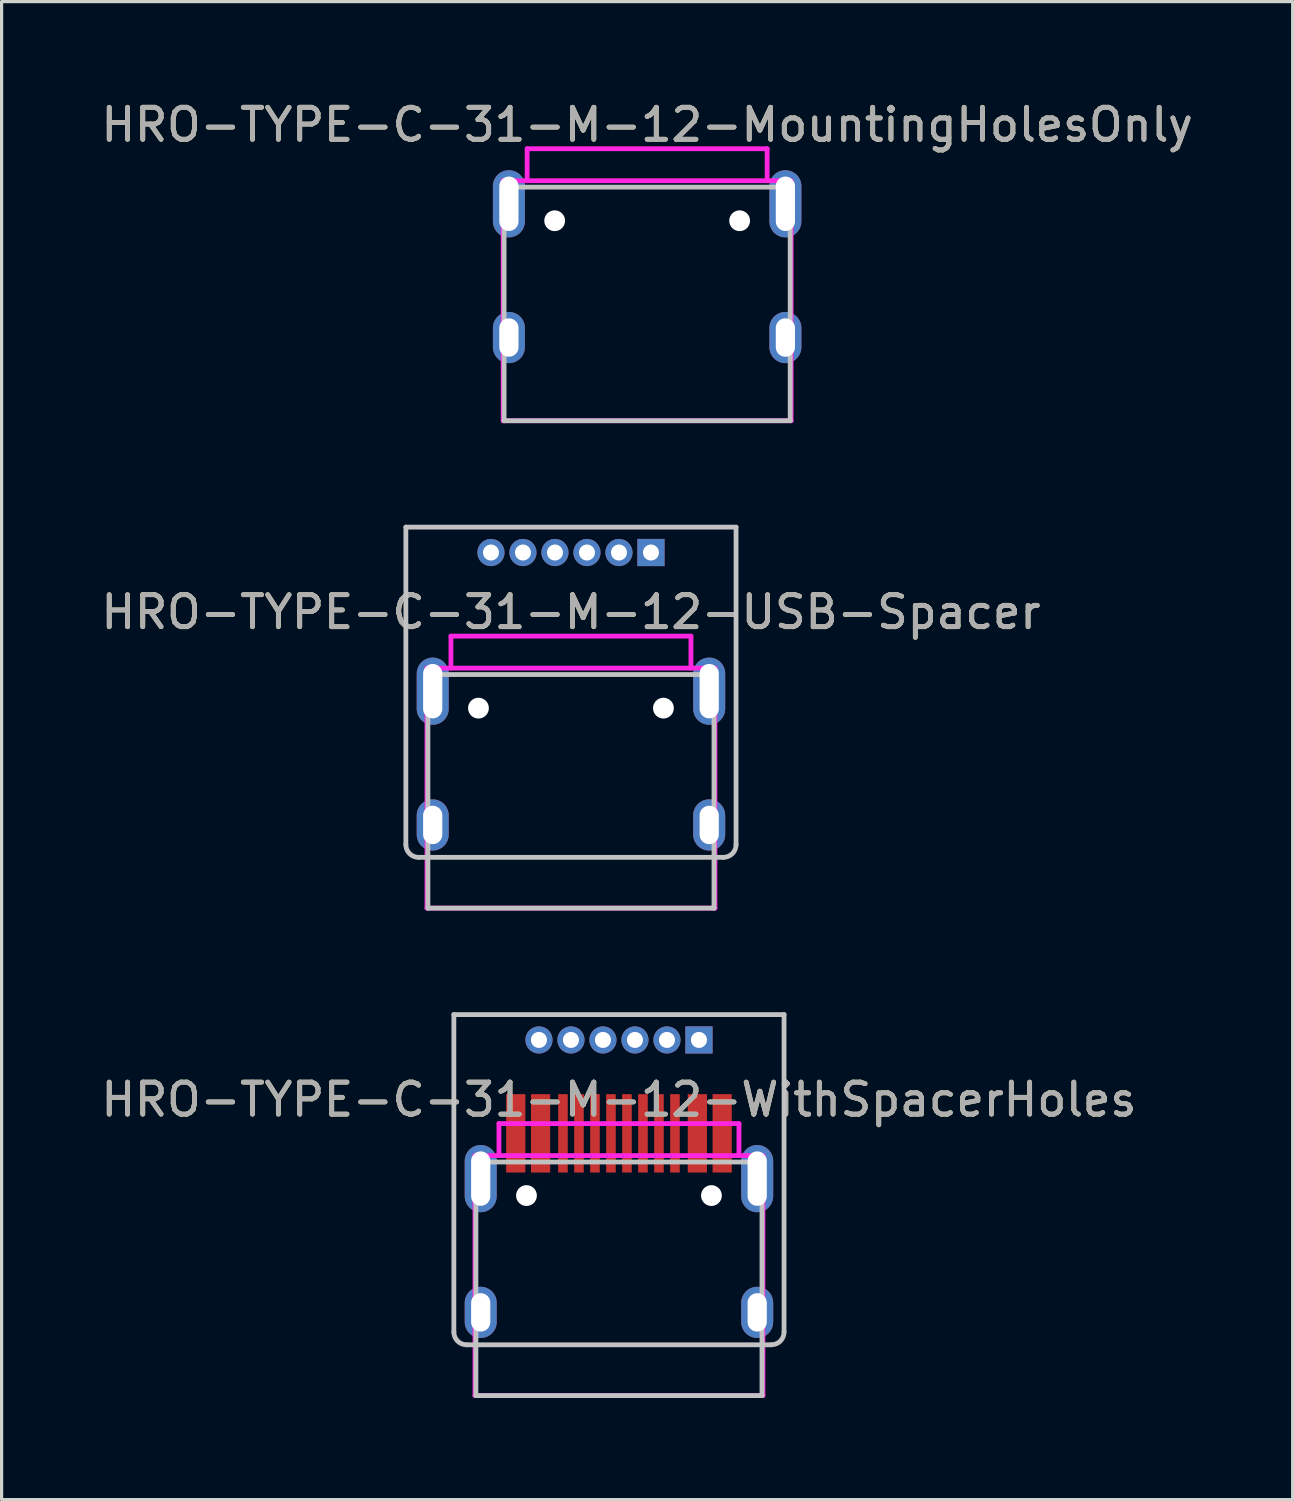
<source format=kicad_pcb>
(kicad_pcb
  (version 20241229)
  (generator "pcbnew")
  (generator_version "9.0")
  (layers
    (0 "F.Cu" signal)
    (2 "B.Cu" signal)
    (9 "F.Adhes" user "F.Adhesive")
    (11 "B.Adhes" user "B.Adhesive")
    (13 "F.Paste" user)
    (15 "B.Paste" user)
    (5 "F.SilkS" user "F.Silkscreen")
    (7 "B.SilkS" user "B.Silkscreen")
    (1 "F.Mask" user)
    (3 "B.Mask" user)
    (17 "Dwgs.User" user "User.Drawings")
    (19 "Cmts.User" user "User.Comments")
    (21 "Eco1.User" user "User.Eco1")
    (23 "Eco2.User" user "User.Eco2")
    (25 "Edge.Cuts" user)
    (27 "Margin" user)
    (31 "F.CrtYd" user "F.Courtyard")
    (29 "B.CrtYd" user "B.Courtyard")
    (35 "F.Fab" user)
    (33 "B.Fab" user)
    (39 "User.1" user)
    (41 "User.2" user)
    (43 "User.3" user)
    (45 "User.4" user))
  (footprint "HRO-TYPE-C-31-M-12-USB-Spacer"
    (layer "F.Cu")
    (at 14.792 25.329)
    (property "Reference" "HRO-TYPE-C-31-M-12-USB-Spacer" (at 0 -9.25 0) (layer "F.SilkS") (effects (font (size 1 1) (thickness 0.15))))
    (attr smd)
    (fp_line (start -5.159 -11.906) (end -5.159 -1.984) (stroke (width 0.15) (type solid)) (layer "Dwgs.User"))
    (fp_line (start -4.47 -7.3) (end 4.47 -7.3) (stroke (width 0.15) (type solid)) (layer "Dwgs.User"))
    (fp_line (start -4.47 0) (end -4.47 -7.3) (stroke (width 0.15) (type solid)) (layer "Dwgs.User"))
    (fp_line (start -4.47 0) (end 4.47 0) (stroke (width 0.15) (type solid)) (layer "Dwgs.User"))
    (fp_line (start 4.47 0) (end 4.47 -7.3) (stroke (width 0.15) (type solid)) (layer "Dwgs.User"))
    (fp_line (start 4.763 -1.587) (end -4.763 -1.587) (stroke (width 0.15) (type solid)) (layer "Dwgs.User"))
    (fp_line (start 5.159 -11.906) (end -5.159 -11.906) (stroke (width 0.15) (type solid)) (layer "Dwgs.User"))
    (fp_line (start 5.159 -1.984) (end 5.159 -11.906) (stroke (width 0.15) (type solid)) (layer "Dwgs.User"))
    (fp_arc (start -4.7625 -1.5875) (mid -5.043133 -1.703742) (end -5.159375 -1.984375) (stroke (width 0.15) (type solid)) (layer "Dwgs.User"))
    (fp_arc (start 5.159375 -1.984375) (mid 5.043133 -1.703742) (end 4.7625 -1.5875) (stroke (width 0.15) (type solid)) (layer "Dwgs.User"))
    (fp_line (start -4.5 -7.5) (end 4.5 -7.5) (stroke (width 0.15) (type solid)) (layer "F.CrtYd"))
    (fp_line (start -4.5 0) (end -4.5 -7.5) (stroke (width 0.15) (type solid)) (layer "F.CrtYd"))
    (fp_line (start -3.75 -8.5) (end 3.75 -8.5) (stroke (width 0.15) (type solid)) (layer "F.CrtYd"))
    (fp_line (start -3.75 -7.5) (end -3.75 -8.5) (stroke (width 0.15) (type solid)) (layer "F.CrtYd"))
    (fp_line (start 3.75 -8.5) (end 3.75 -7.5) (stroke (width 0.15) (type solid)) (layer "F.CrtYd"))
    (fp_line (start 4.5 -7.5) (end 4.5 0) (stroke (width 0.15) (type solid)) (layer "F.CrtYd"))
    (fp_line (start 4.5 0) (end -4.5 0) (stroke (width 0.15) (type solid)) (layer "F.CrtYd"))
    (fp_text user "${REFERENCE}" (at 0 -9.25 0) (layer "F.Fab") (effects (font (size 1 1) (thickness 0.15))))
    (pad "" np_thru_hole circle (at -2.89 -6.25) (size 0.65 0.65) (drill 0.65) (layers "*.Cu" "*.Mask"))
    (pad "" np_thru_hole circle (at 2.89 -6.25) (size 0.65 0.65) (drill 0.65) (layers "*.Cu" "*.Mask"))
    (pad "1" thru_hole oval (at -4.32 -6.78) (size 1 2.1) (drill oval 0.6 1.7) (layers "*.Cu" "*.Mask"))
    (pad "1" thru_hole oval (at -4.32 -2.6) (size 1 1.6) (drill oval 0.6 1.2) (layers "*.Cu" "*.Mask"))
    (pad "1" thru_hole rect (at 2.5 -11.113) (size 0.85 0.85) (drill 0.5) (layers "*.Cu" "*.Mask"))
    (pad "1" thru_hole oval (at 4.32 -6.78) (size 1 2.1) (drill oval 0.6 1.7) (layers "*.Cu" "*.Mask"))
    (pad "1" thru_hole oval (at 4.32 -2.6) (size 1 1.6) (drill oval 0.6 1.2) (layers "*.Cu" "*.Mask"))
    (pad "2" thru_hole circle (at 1.5 -11.113) (size 0.85 0.85) (drill 0.5) (layers "*.Cu" "*.Mask"))
    (pad "3" thru_hole circle (at 0.5 -11.113) (size 0.85 0.85) (drill 0.5) (layers "*.Cu" "*.Mask"))
    (pad "4" thru_hole circle (at -0.5 -11.113) (size 0.85 0.85) (drill 0.5) (layers "*.Cu" "*.Mask"))
    (pad "5" thru_hole circle (at -1.5 -11.113) (size 0.85 0.85) (drill 0.5) (layers "*.Cu" "*.Mask"))
    (pad "6" thru_hole circle (at -2.5 -11.113) (size 0.85 0.85) (drill 0.5) (layers "*.Cu" "*.Mask")))
  (footprint "HRO-TYPE-C-31-M-12-WithSpacerHoles"
    (layer "F.Cu")
    (at 16.292 40.561)
    (property "Reference" "HRO-TYPE-C-31-M-12-WithSpacerHoles" (at 0 -9.25 0) (layer "F.SilkS") (effects (font (size 1 1) (thickness 0.15))))
    (attr smd)
    (fp_line (start -5.159 -11.906) (end -5.159 -1.984) (stroke (width 0.15) (type solid)) (layer "Dwgs.User"))
    (fp_line (start -4.47 -7.3) (end 4.47 -7.3) (stroke (width 0.15) (type solid)) (layer "Dwgs.User"))
    (fp_line (start -4.47 0) (end -4.47 -7.3) (stroke (width 0.15) (type solid)) (layer "Dwgs.User"))
    (fp_line (start -4.47 0) (end 4.47 0) (stroke (width 0.15) (type solid)) (layer "Dwgs.User"))
    (fp_line (start 4.47 0) (end 4.47 -7.3) (stroke (width 0.15) (type solid)) (layer "Dwgs.User"))
    (fp_line (start 4.763 -1.587) (end -4.763 -1.587) (stroke (width 0.15) (type solid)) (layer "Dwgs.User"))
    (fp_line (start 5.159 -11.906) (end -5.159 -11.906) (stroke (width 0.15) (type solid)) (layer "Dwgs.User"))
    (fp_line (start 5.159 -1.984) (end 5.159 -11.906) (stroke (width 0.15) (type solid)) (layer "Dwgs.User"))
    (fp_arc (start -4.7625 -1.5875) (mid -5.043133 -1.703742) (end -5.159375 -1.984375) (stroke (width 0.15) (type solid)) (layer "Dwgs.User"))
    (fp_arc (start 5.159375 -1.984375) (mid 5.043133 -1.703742) (end 4.7625 -1.5875) (stroke (width 0.15) (type solid)) (layer "Dwgs.User"))
    (fp_line (start -4.5 -7.5) (end 4.5 -7.5) (stroke (width 0.15) (type solid)) (layer "F.CrtYd"))
    (fp_line (start -4.5 0) (end -4.5 -7.5) (stroke (width 0.15) (type solid)) (layer "F.CrtYd"))
    (fp_line (start -3.75 -8.5) (end 3.75 -8.5) (stroke (width 0.15) (type solid)) (layer "F.CrtYd"))
    (fp_line (start -3.75 -7.5) (end -3.75 -8.5) (stroke (width 0.15) (type solid)) (layer "F.CrtYd"))
    (fp_line (start 3.75 -8.5) (end 3.75 -7.5) (stroke (width 0.15) (type solid)) (layer "F.CrtYd"))
    (fp_line (start 4.5 -7.5) (end 4.5 0) (stroke (width 0.15) (type solid)) (layer "F.CrtYd"))
    (fp_line (start 4.5 0) (end -4.5 0) (stroke (width 0.15) (type solid)) (layer "F.CrtYd"))
    (fp_text user "${REFERENCE}" (at 0 -9.25 0) (layer "F.Fab") (effects (font (size 1 1) (thickness 0.15))))
    (pad "" np_thru_hole circle (at -2.89 -6.25) (size 0.65 0.65) (drill 0.65) (layers "*.Cu" "*.Mask"))
    (pad "" np_thru_hole circle (at 2.89 -6.25) (size 0.65 0.65) (drill 0.65) (layers "*.Cu" "*.Mask"))
    (pad "1" smd rect (at -3.225 -8.195) (size 0.6 2.45) (layers "F.Cu" "F.Mask" "F.Paste"))
    (pad "2" thru_hole circle (at -2.5 -11.113) (size 0.85 0.85) (drill 0.5) (layers "*.Cu" "*.Mask"))
    (pad "2" smd rect (at -2.45 -8.195) (size 0.6 2.45) (layers "F.Cu" "F.Mask" "F.Paste"))
    (pad "3" smd rect (at -1.75 -8.195) (size 0.3 2.45) (layers "F.Cu" "F.Mask" "F.Paste"))
    (pad "4" thru_hole circle (at -1.5 -11.113) (size 0.85 0.85) (drill 0.5) (layers "*.Cu" "*.Mask"))
    (pad "4" smd rect (at -1.25 -8.195) (size 0.3 2.45) (layers "F.Cu" "F.Mask" "F.Paste"))
    (pad "5" smd rect (at -0.75 -8.195) (size 0.3 2.45) (layers "F.Cu" "F.Mask" "F.Paste"))
    (pad "5" thru_hole circle (at -0.5 -11.113) (size 0.85 0.85) (drill 0.5) (layers "*.Cu" "*.Mask"))
    (pad "6" smd rect (at -0.25 -8.195) (size 0.3 2.45) (layers "F.Cu" "F.Mask" "F.Paste"))
    (pad "7" smd rect (at 0.25 -8.195) (size 0.3 2.45) (layers "F.Cu" "F.Mask" "F.Paste"))
    (pad "8" thru_hole circle (at 0.5 -11.113) (size 0.85 0.85) (drill 0.5) (layers "*.Cu" "*.Mask"))
    (pad "8" smd rect (at 0.75 -8.195) (size 0.3 2.45) (layers "F.Cu" "F.Mask" "F.Paste"))
    (pad "9" smd rect (at 1.25 -8.195) (size 0.3 2.45) (layers "F.Cu" "F.Mask" "F.Paste"))
    (pad "10" thru_hole circle (at 1.5 -11.113) (size 0.85 0.85) (drill 0.5) (layers "*.Cu" "*.Mask"))
    (pad "10" smd rect (at 1.75 -8.195) (size 0.3 2.45) (layers "F.Cu" "F.Mask" "F.Paste"))
    (pad "11" smd rect (at 2.45 -8.195) (size 0.6 2.45) (layers "F.Cu" "F.Mask" "F.Paste"))
    (pad "12" thru_hole rect (at 2.5 -11.113) (size 0.85 0.85) (drill 0.5) (layers "*.Cu" "*.Mask"))
    (pad "12" smd rect (at 3.225 -8.195) (size 0.6 2.45) (layers "F.Cu" "F.Mask" "F.Paste"))
    (pad "13" thru_hole oval (at -4.32 -6.78) (size 1 2.1) (drill oval 0.6 1.7) (layers "*.Cu" "*.Mask"))
    (pad "13" thru_hole oval (at -4.32 -2.6) (size 1 1.6) (drill oval 0.6 1.2) (layers "*.Cu" "*.Mask"))
    (pad "13" thru_hole oval (at 4.32 -6.78) (size 1 2.1) (drill oval 0.6 1.7) (layers "*.Cu" "*.Mask"))
    (pad "13" thru_hole oval (at 4.32 -2.6) (size 1 1.6) (drill oval 0.6 1.2) (layers "*.Cu" "*.Mask")))
  (footprint "HRO-TYPE-C-31-M-12-MountingHolesOnly"
    (layer "F.Cu")
    (at 17.173 10.098)
    (property "Reference" "HRO-TYPE-C-31-M-12-MountingHolesOnly" (at 0 -9.25 0) (layer "F.SilkS") (effects (font (size 1 1) (thickness 0.15))))
    (attr smd)
    (fp_line (start -4.47 -7.3) (end 4.47 -7.3) (stroke (width 0.15) (type solid)) (layer "Dwgs.User"))
    (fp_line (start -4.47 0) (end -4.47 -7.3) (stroke (width 0.15) (type solid)) (layer "Dwgs.User"))
    (fp_line (start -4.47 0) (end 4.47 0) (stroke (width 0.15) (type solid)) (layer "Dwgs.User"))
    (fp_line (start 4.47 0) (end 4.47 -7.3) (stroke (width 0.15) (type solid)) (layer "Dwgs.User"))
    (fp_line (start -4.5 -7.5) (end 4.5 -7.5) (stroke (width 0.15) (type solid)) (layer "F.CrtYd"))
    (fp_line (start -4.5 0) (end -4.5 -7.5) (stroke (width 0.15) (type solid)) (layer "F.CrtYd"))
    (fp_line (start -3.75 -8.5) (end 3.75 -8.5) (stroke (width 0.15) (type solid)) (layer "F.CrtYd"))
    (fp_line (start -3.75 -7.5) (end -3.75 -8.5) (stroke (width 0.15) (type solid)) (layer "F.CrtYd"))
    (fp_line (start 3.75 -8.5) (end 3.75 -7.5) (stroke (width 0.15) (type solid)) (layer "F.CrtYd"))
    (fp_line (start 4.5 -7.5) (end 4.5 0) (stroke (width 0.15) (type solid)) (layer "F.CrtYd"))
    (fp_line (start 4.5 0) (end -4.5 0) (stroke (width 0.15) (type solid)) (layer "F.CrtYd"))
    (fp_text user "${REFERENCE}" (at 0 -9.25 0) (layer "F.Fab") (effects (font (size 1 1) (thickness 0.15))))
    (pad "" np_thru_hole circle (at -2.89 -6.25) (size 0.65 0.65) (drill 0.65) (layers "*.Cu" "*.Mask"))
    (pad "" np_thru_hole circle (at 2.89 -6.25) (size 0.65 0.65) (drill 0.65) (layers "*.Cu" "*.Mask"))
    (pad "13" thru_hole oval (at -4.32 -6.78) (size 1 2.1) (drill oval 0.6 1.7) (layers "*.Cu" "*.Mask"))
    (pad "13" thru_hole oval (at -4.32 -2.6) (size 1 1.6) (drill oval 0.6 1.2) (layers "*.Cu" "*.Mask"))
    (pad "13" thru_hole oval (at 4.32 -6.78) (size 1 2.1) (drill oval 0.6 1.7) (layers "*.Cu" "*.Mask"))
    (pad "13" thru_hole oval (at 4.32 -2.6) (size 1 1.6) (drill oval 0.6 1.2) (layers "*.Cu" "*.Mask")))
  (gr_rect
    (start -3 -3)
    (end 37.345 43.811)
    (stroke (width 0.1) (type default))
    (fill no)
    (layer "Edge.Cuts")))
</source>
